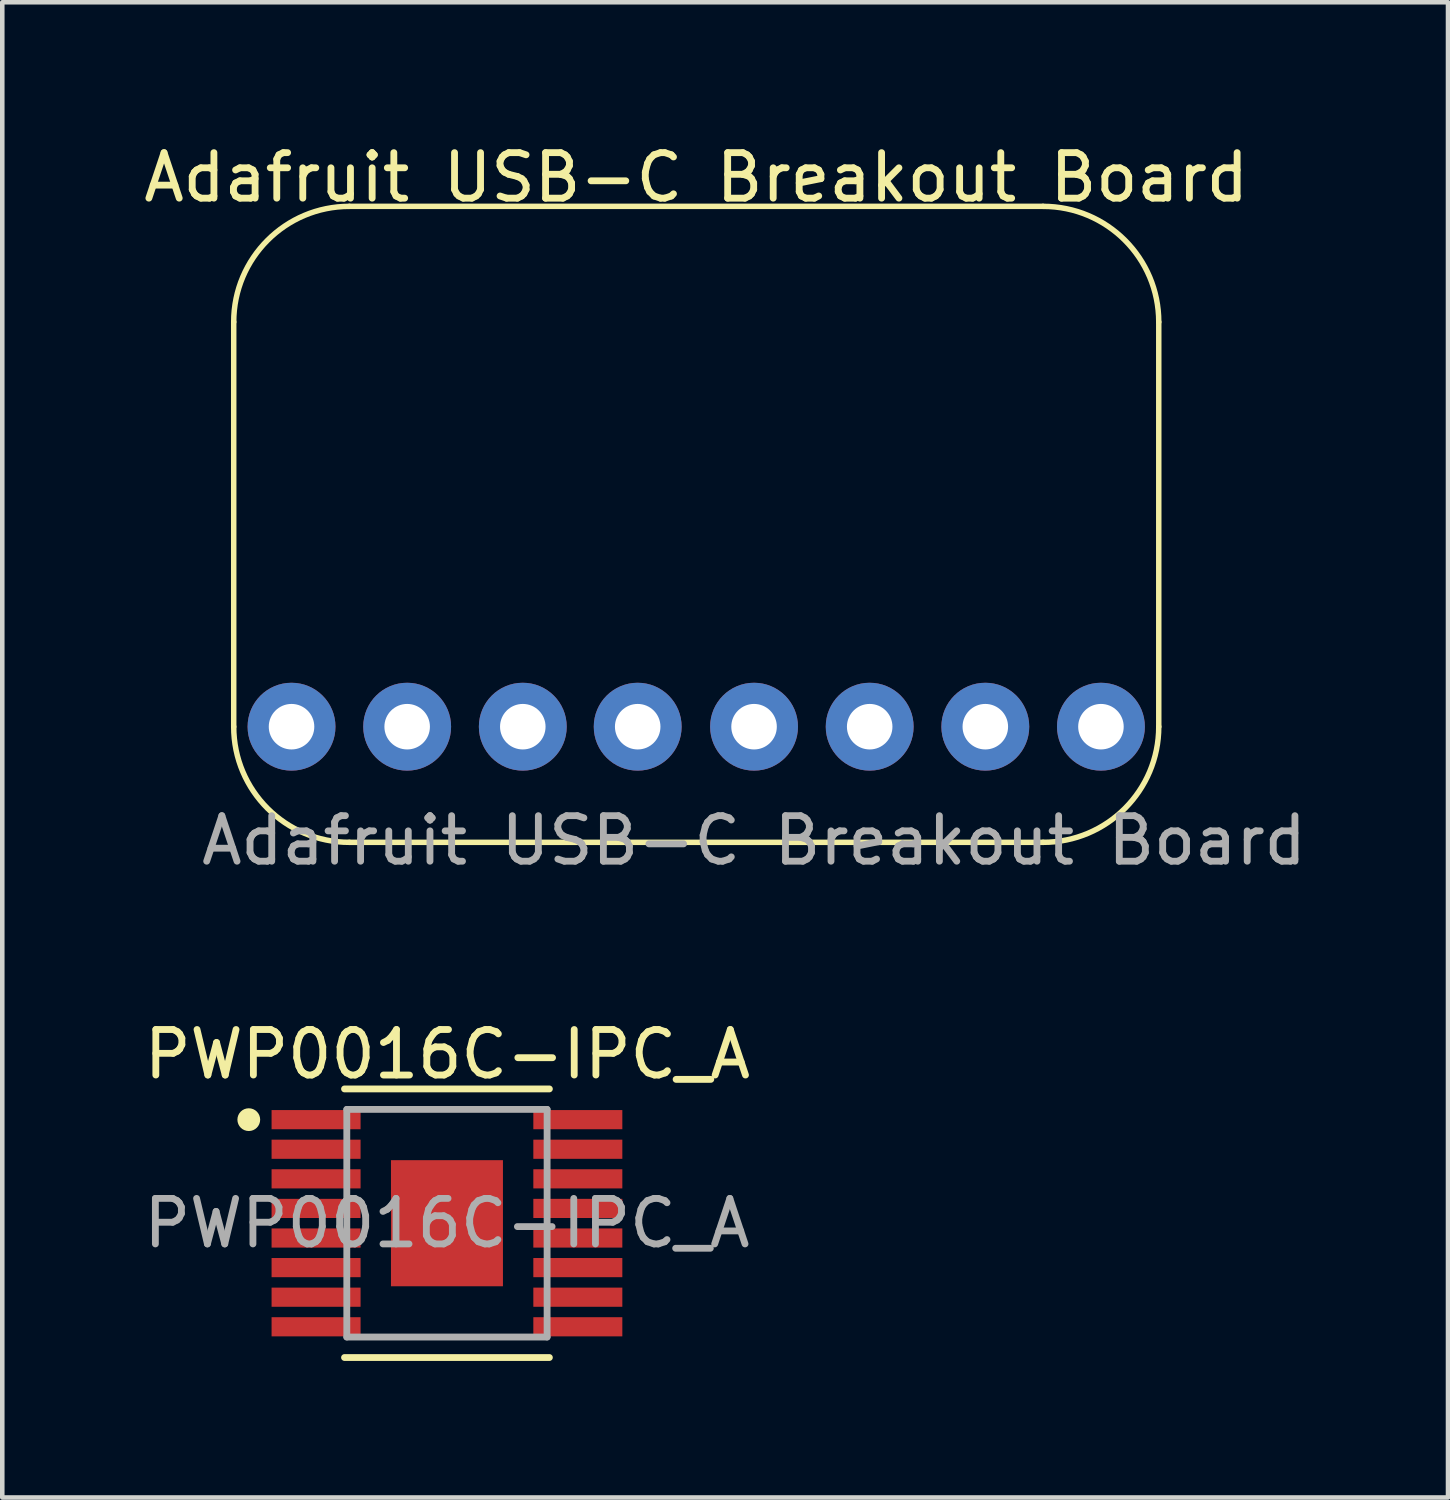
<source format=kicad_pcb>
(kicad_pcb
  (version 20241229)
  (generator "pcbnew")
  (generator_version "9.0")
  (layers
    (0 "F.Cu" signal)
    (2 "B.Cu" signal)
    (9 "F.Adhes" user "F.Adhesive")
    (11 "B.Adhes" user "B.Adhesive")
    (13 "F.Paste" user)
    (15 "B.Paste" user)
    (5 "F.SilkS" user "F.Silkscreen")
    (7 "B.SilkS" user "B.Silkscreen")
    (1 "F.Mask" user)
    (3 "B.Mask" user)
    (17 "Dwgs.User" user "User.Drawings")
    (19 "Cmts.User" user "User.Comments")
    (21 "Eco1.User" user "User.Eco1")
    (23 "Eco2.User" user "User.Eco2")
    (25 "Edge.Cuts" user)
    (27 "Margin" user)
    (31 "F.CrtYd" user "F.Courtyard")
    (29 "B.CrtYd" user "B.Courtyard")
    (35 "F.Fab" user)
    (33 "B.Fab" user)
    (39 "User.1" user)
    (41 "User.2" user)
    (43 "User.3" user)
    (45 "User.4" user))
  (footprint "PWP0016C-IPC_A"
    (layer "F.Cu")
    (at 6.768 23.82)
    (property "Reference" "PWP0016C-IPC_A" (at 0.01 -3.71 0) (unlocked yes) (layer "F.SilkS") (effects (font (size 1 1) (thickness 0.15))))
    (attr smd)
    (fp_line (start -2.25 -2.95) (end 2.25 -2.95) (stroke (width 0.15) (type solid)) (layer "F.SilkS"))
    (fp_line (start -2.25 2.95) (end 2.25 2.95) (stroke (width 0.15) (type solid)) (layer "F.SilkS"))
    (fp_circle (center -4.353 -2.275) (end -4.228 -2.275) (stroke (width 0.25) (type solid)) (fill no) (layer "F.SilkS"))
    (fp_poly (pts (xy -0.752 0.907) (xy 0.752 0.907) (xy 0.752 -0.907) (xy -0.752 -0.907)) (stroke (width 0) (type solid)) (fill yes) (layer "F.Paste"))
    (fp_line (start -2.2 -2.5) (end 2.2 -2.5) (stroke (width 0.15) (type solid)) (layer "F.Fab"))
    (fp_line (start -2.2 2.5) (end -2.2 -2.5) (stroke (width 0.15) (type solid)) (layer "F.Fab"))
    (fp_line (start -2.2 2.5) (end 2.2 2.5) (stroke (width 0.15) (type solid)) (layer "F.Fab"))
    (fp_line (start 2.2 2.5) (end 2.2 -2.5) (stroke (width 0.15) (type solid)) (layer "F.Fab"))
    (fp_text user "${REFERENCE}" (at 0 0 0) (unlocked yes) (layer "F.Fab") (effects (font (size 1 1) (thickness 0.15))))
    (pad "1" smd rect (at -2.875 -2.275) (size 1.955 0.421) (layers "F.Cu" "F.Mask" "F.Paste"))
    (pad "2" smd rect (at -2.875 -1.625) (size 1.955 0.421) (layers "F.Cu" "F.Mask" "F.Paste"))
    (pad "3" smd rect (at -2.875 -0.975) (size 1.955 0.421) (layers "F.Cu" "F.Mask" "F.Paste"))
    (pad "4" smd rect (at -2.875 -0.325) (size 1.955 0.421) (layers "F.Cu" "F.Mask" "F.Paste"))
    (pad "5" smd rect (at -2.875 0.325) (size 1.955 0.421) (layers "F.Cu" "F.Mask" "F.Paste"))
    (pad "6" smd rect (at -2.875 0.975) (size 1.955 0.421) (layers "F.Cu" "F.Mask" "F.Paste"))
    (pad "7" smd rect (at -2.875 1.625) (size 1.955 0.421) (layers "F.Cu" "F.Mask" "F.Paste"))
    (pad "8" smd rect (at -2.875 2.275) (size 1.955 0.421) (layers "F.Cu" "F.Mask" "F.Paste"))
    (pad "9" smd rect (at 2.875 2.275) (size 1.955 0.421) (layers "F.Cu" "F.Mask" "F.Paste"))
    (pad "10" smd rect (at 2.875 1.625) (size 1.955 0.421) (layers "F.Cu" "F.Mask" "F.Paste"))
    (pad "11" smd rect (at 2.875 0.975) (size 1.955 0.421) (layers "F.Cu" "F.Mask" "F.Paste"))
    (pad "12" smd rect (at 2.875 0.325) (size 1.955 0.421) (layers "F.Cu" "F.Mask" "F.Paste"))
    (pad "13" smd rect (at 2.875 -0.325) (size 1.955 0.421) (layers "F.Cu" "F.Mask" "F.Paste"))
    (pad "14" smd rect (at 2.875 -0.975) (size 1.955 0.421) (layers "F.Cu" "F.Mask" "F.Paste"))
    (pad "15" smd rect (at 2.875 -1.625) (size 1.955 0.421) (layers "F.Cu" "F.Mask" "F.Paste"))
    (pad "16" smd rect (at 2.875 -2.275) (size 1.955 0.421) (layers "F.Cu" "F.Mask" "F.Paste"))
    (pad "17" smd rect (at 0 0) (size 2.46 2.77) (layers "F.Cu" "F.Mask")))
  (footprint "Adafruit USB-C Breakout Board"
    (layer "F.Cu")
    (at 12.244 12.913)
    (property "Reference" "Adafruit USB-C Breakout Board" (at 0 -12.065 0) (unlocked yes) (layer "F.SilkS") (effects (font (size 1 1) (thickness 0.15))))
    (attr through_hole)
    (fp_line (start -10.16 0) (end -10.16 -8.89) (stroke (width 0.12) (type default)) (layer "F.SilkS"))
    (fp_line (start -7.62 -11.43) (end 7.62 -11.43) (stroke (width 0.12) (type default)) (layer "F.SilkS"))
    (fp_line (start 7.62 2.54) (end -7.62 2.54) (stroke (width 0.12) (type default)) (layer "F.SilkS"))
    (fp_line (start 10.16 0) (end 10.16 -8.89) (stroke (width 0.12) (type default)) (layer "F.SilkS"))
    (fp_arc (start -10.16 -8.89) (mid -9.416051 -10.686051) (end -7.62 -11.43) (stroke (width 0.12) (type default)) (layer "F.SilkS"))
    (fp_arc (start -7.62 2.54) (mid -9.416051 1.796051) (end -10.16 0) (stroke (width 0.12) (type default)) (layer "F.SilkS"))
    (fp_arc (start 7.62 -11.43) (mid 9.416051 -10.686051) (end 10.16 -8.89) (stroke (width 0.12) (type default)) (layer "F.SilkS"))
    (fp_arc (start 10.16 0) (mid 9.416051 1.796051) (end 7.62 2.54) (stroke (width 0.12) (type default)) (layer "F.SilkS"))
    (fp_text user "${REFERENCE}" (at 1.27 2.5 0) (unlocked yes) (layer "F.Fab") (effects (font (size 1 1) (thickness 0.15))))
    (pad "1" thru_hole circle (at 8.89 0) (size 1.93 1.93) (drill 1) (layers "*.Cu" "*.Mask"))
    (pad "2" thru_hole circle (at 6.35 0) (size 1.93 1.93) (drill 1) (layers "*.Cu" "*.Mask"))
    (pad "3" thru_hole circle (at 3.81 0) (size 1.93 1.93) (drill 1) (layers "*.Cu" "*.Mask"))
    (pad "4" thru_hole circle (at 1.27 0) (size 1.93 1.93) (drill 1) (layers "*.Cu" "*.Mask"))
    (pad "5" thru_hole circle (at -1.286 0) (size 1.93 1.93) (drill 1) (layers "*.Cu" "*.Mask"))
    (pad "6" thru_hole circle (at -3.81 0) (size 1.93 1.93) (drill 1) (layers "*.Cu" "*.Mask"))
    (pad "7" thru_hole circle (at -6.35 0) (size 1.93 1.93) (drill 1) (layers "*.Cu" "*.Mask"))
    (pad "8" thru_hole circle (at -8.89 0) (size 1.93 1.93) (drill 1) (layers "*.Cu" "*.Mask")))
  (gr_rect
    (start -3 -3)
    (end 28.758 29.845)
    (stroke (width 0.1) (type default))
    (fill no)
    (layer "Edge.Cuts")))
</source>
